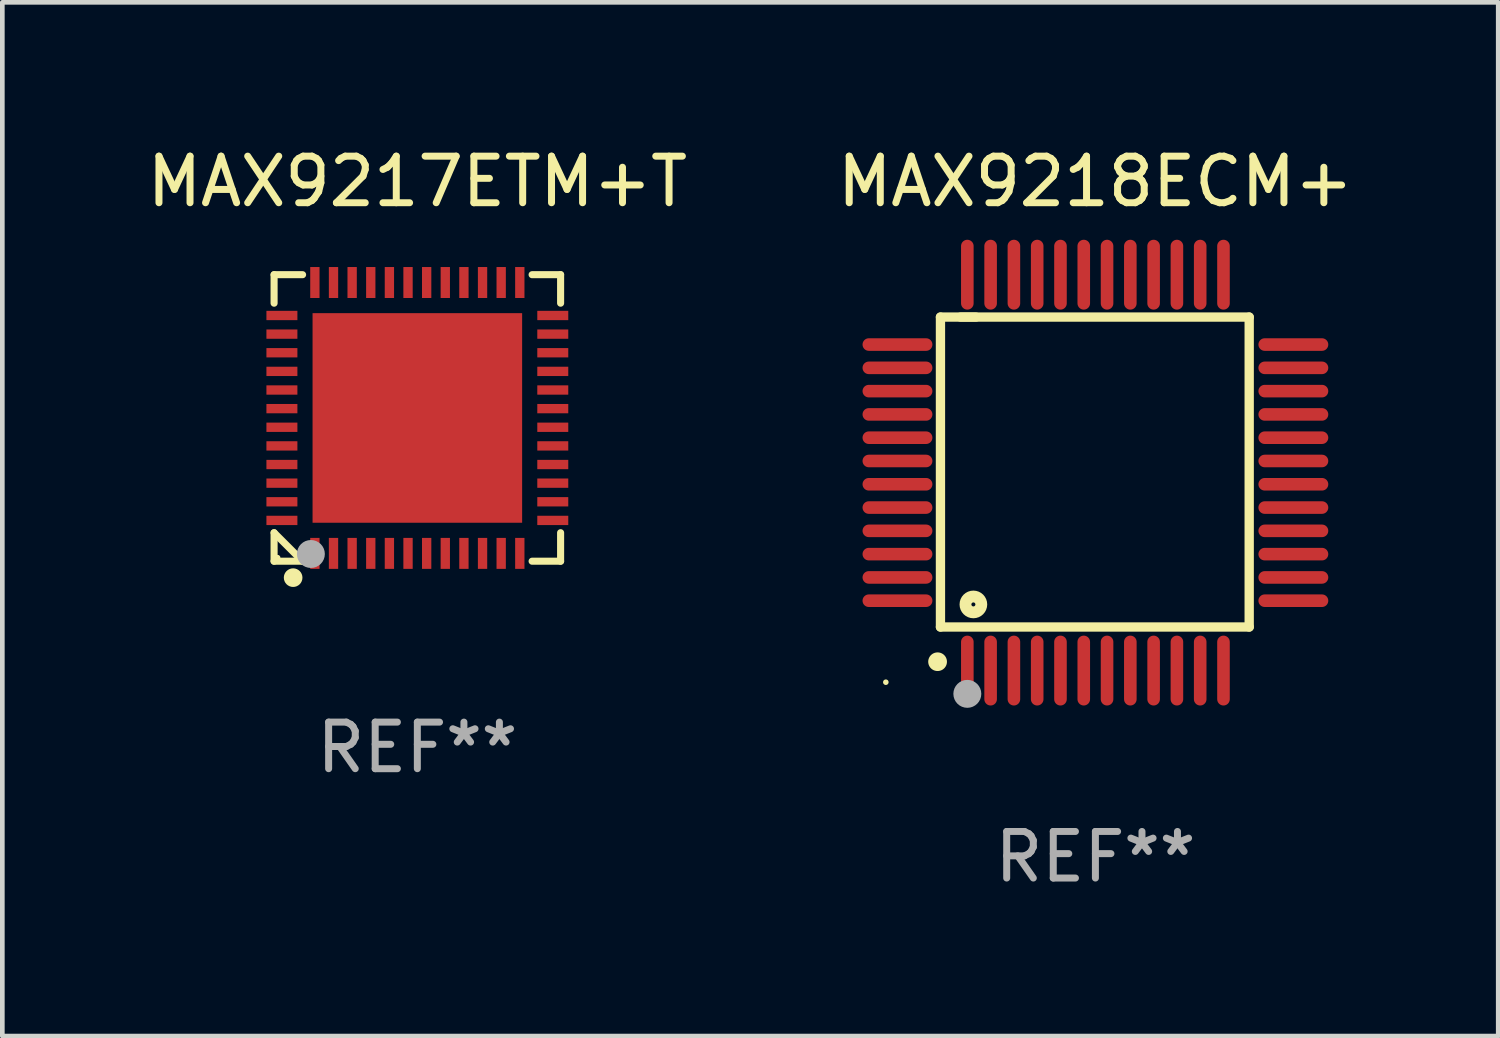
<source format=kicad_pcb>
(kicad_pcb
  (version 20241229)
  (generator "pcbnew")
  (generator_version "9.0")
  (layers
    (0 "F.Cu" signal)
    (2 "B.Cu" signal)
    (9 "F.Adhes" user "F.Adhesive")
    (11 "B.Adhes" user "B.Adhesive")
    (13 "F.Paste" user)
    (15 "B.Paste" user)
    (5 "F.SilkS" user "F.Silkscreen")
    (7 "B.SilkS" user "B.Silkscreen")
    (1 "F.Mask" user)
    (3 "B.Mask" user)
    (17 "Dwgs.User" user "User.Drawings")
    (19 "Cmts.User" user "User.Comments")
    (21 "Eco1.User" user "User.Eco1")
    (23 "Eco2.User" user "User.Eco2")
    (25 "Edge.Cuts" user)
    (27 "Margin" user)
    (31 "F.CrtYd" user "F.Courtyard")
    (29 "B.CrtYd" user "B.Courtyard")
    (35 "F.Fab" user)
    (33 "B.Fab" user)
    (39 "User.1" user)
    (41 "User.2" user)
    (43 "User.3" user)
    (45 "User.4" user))
  (footprint "MAX9217ETM+T"
    (layer "F.Cu")
    (at 5.911 5.924)
    (property "Reference" "MAX9217ETM+T" (at 0 -5.076 0) (layer "F.SilkS") (effects (font (size 1 1) (thickness 0.15))))
    (attr through_hole)
    (fp_line (start -3.076 -3.076) (end -3.076 -2.464) (stroke (width 0.152) (type solid)) (layer "F.SilkS"))
    (fp_line (start -3.076 3.076) (end -3.076 2.464) (stroke (width 0.152) (type solid)) (layer "F.SilkS"))
    (fp_line (start -2.464 -3.076) (end -3.076 -3.076) (stroke (width 0.152) (type solid)) (layer "F.SilkS"))
    (fp_line (start -2.464 3.076) (end -3.076 2.464) (stroke (width 0.152) (type solid)) (layer "F.SilkS"))
    (fp_line (start -2.464 3.076) (end -3.076 3.076) (stroke (width 0.152) (type solid)) (layer "F.SilkS"))
    (fp_line (start 2.464 -3.076) (end 3.076 -3.076) (stroke (width 0.152) (type solid)) (layer "F.SilkS"))
    (fp_line (start 2.464 3.076) (end 3.076 3.076) (stroke (width 0.152) (type solid)) (layer "F.SilkS"))
    (fp_line (start 3.076 -3.076) (end 3.076 -2.464) (stroke (width 0.152) (type solid)) (layer "F.SilkS"))
    (fp_line (start 3.076 3.076) (end 3.076 2.464) (stroke (width 0.152) (type solid)) (layer "F.SilkS"))
    (fp_circle (center -3 3) (end -2.97 3) (stroke (width 0.06) (type solid)) (fill no) (layer "F.SilkS"))
    (fp_circle (center -2.667 3.429) (end -2.567 3.429) (stroke (width 0.2) (type solid)) (fill no) (layer "F.SilkS"))
    (fp_circle (center -2.286 2.921) (end -2.136 2.921) (stroke (width 0.3) (type solid)) (fill no) (layer "F.Fab"))
    (fp_text user "REF**" (at 0 7.076 0) (layer "F.Fab") (effects (font (size 1 1) (thickness 0.15))))
    (pad "1" smd rect (at -2.2 2.908) (size 0.2 0.665) (layers "F.Cu" "F.Mask" "F.Paste"))
    (pad "2" smd rect (at -1.8 2.908) (size 0.2 0.665) (layers "F.Cu" "F.Mask" "F.Paste"))
    (pad "3" smd rect (at -1.4 2.908) (size 0.2 0.665) (layers "F.Cu" "F.Mask" "F.Paste"))
    (pad "4" smd rect (at -1 2.908) (size 0.2 0.665) (layers "F.Cu" "F.Mask" "F.Paste"))
    (pad "5" smd rect (at -0.6 2.908) (size 0.2 0.665) (layers "F.Cu" "F.Mask" "F.Paste"))
    (pad "6" smd rect (at -0.2 2.908) (size 0.2 0.665) (layers "F.Cu" "F.Mask" "F.Paste"))
    (pad "7" smd rect (at 0.2 2.908) (size 0.2 0.665) (layers "F.Cu" "F.Mask" "F.Paste"))
    (pad "8" smd rect (at 0.6 2.908) (size 0.2 0.665) (layers "F.Cu" "F.Mask" "F.Paste"))
    (pad "9" smd rect (at 1 2.908) (size 0.2 0.665) (layers "F.Cu" "F.Mask" "F.Paste"))
    (pad "10" smd rect (at 1.4 2.908) (size 0.2 0.665) (layers "F.Cu" "F.Mask" "F.Paste"))
    (pad "11" smd rect (at 1.8 2.908) (size 0.2 0.665) (layers "F.Cu" "F.Mask" "F.Paste"))
    (pad "12" smd rect (at 2.2 2.908) (size 0.2 0.665) (layers "F.Cu" "F.Mask" "F.Paste"))
    (pad "13" smd rect (at 2.908 2.2) (size 0.665 0.2) (layers "F.Cu" "F.Mask" "F.Paste"))
    (pad "14" smd rect (at 2.908 1.8) (size 0.665 0.2) (layers "F.Cu" "F.Mask" "F.Paste"))
    (pad "15" smd rect (at 2.908 1.4) (size 0.665 0.2) (layers "F.Cu" "F.Mask" "F.Paste"))
    (pad "16" smd rect (at 2.908 1) (size 0.665 0.2) (layers "F.Cu" "F.Mask" "F.Paste"))
    (pad "17" smd rect (at 2.908 0.6) (size 0.665 0.2) (layers "F.Cu" "F.Mask" "F.Paste"))
    (pad "18" smd rect (at 2.908 0.2) (size 0.665 0.2) (layers "F.Cu" "F.Mask" "F.Paste"))
    (pad "19" smd rect (at 2.908 -0.2) (size 0.665 0.2) (layers "F.Cu" "F.Mask" "F.Paste"))
    (pad "20" smd rect (at 2.908 -0.6) (size 0.665 0.2) (layers "F.Cu" "F.Mask" "F.Paste"))
    (pad "21" smd rect (at 2.908 -1) (size 0.665 0.2) (layers "F.Cu" "F.Mask" "F.Paste"))
    (pad "22" smd rect (at 2.908 -1.4) (size 0.665 0.2) (layers "F.Cu" "F.Mask" "F.Paste"))
    (pad "23" smd rect (at 2.908 -1.8) (size 0.665 0.2) (layers "F.Cu" "F.Mask" "F.Paste"))
    (pad "24" smd rect (at 2.908 -2.2) (size 0.665 0.2) (layers "F.Cu" "F.Mask" "F.Paste"))
    (pad "25" smd rect (at 2.2 -2.908) (size 0.2 0.665) (layers "F.Cu" "F.Mask" "F.Paste"))
    (pad "26" smd rect (at 1.8 -2.908) (size 0.2 0.665) (layers "F.Cu" "F.Mask" "F.Paste"))
    (pad "27" smd rect (at 1.4 -2.908) (size 0.2 0.665) (layers "F.Cu" "F.Mask" "F.Paste"))
    (pad "28" smd rect (at 1 -2.908) (size 0.2 0.665) (layers "F.Cu" "F.Mask" "F.Paste"))
    (pad "29" smd rect (at 0.6 -2.908) (size 0.2 0.665) (layers "F.Cu" "F.Mask" "F.Paste"))
    (pad "30" smd rect (at 0.2 -2.908) (size 0.2 0.665) (layers "F.Cu" "F.Mask" "F.Paste"))
    (pad "31" smd rect (at -0.2 -2.908) (size 0.2 0.665) (layers "F.Cu" "F.Mask" "F.Paste"))
    (pad "32" smd rect (at -0.6 -2.908) (size 0.2 0.665) (layers "F.Cu" "F.Mask" "F.Paste"))
    (pad "33" smd rect (at -1 -2.908) (size 0.2 0.665) (layers "F.Cu" "F.Mask" "F.Paste"))
    (pad "34" smd rect (at -1.4 -2.908) (size 0.2 0.665) (layers "F.Cu" "F.Mask" "F.Paste"))
    (pad "35" smd rect (at -1.8 -2.908) (size 0.2 0.665) (layers "F.Cu" "F.Mask" "F.Paste"))
    (pad "36" smd rect (at -2.2 -2.908) (size 0.2 0.665) (layers "F.Cu" "F.Mask" "F.Paste"))
    (pad "37" smd rect (at -2.908 -2.2) (size 0.665 0.2) (layers "F.Cu" "F.Mask" "F.Paste"))
    (pad "38" smd rect (at -2.908 -1.8) (size 0.665 0.2) (layers "F.Cu" "F.Mask" "F.Paste"))
    (pad "39" smd rect (at -2.908 -1.4) (size 0.665 0.2) (layers "F.Cu" "F.Mask" "F.Paste"))
    (pad "40" smd rect (at -2.908 -1) (size 0.665 0.2) (layers "F.Cu" "F.Mask" "F.Paste"))
    (pad "41" smd rect (at -2.908 -0.6) (size 0.665 0.2) (layers "F.Cu" "F.Mask" "F.Paste"))
    (pad "42" smd rect (at -2.908 -0.2) (size 0.665 0.2) (layers "F.Cu" "F.Mask" "F.Paste"))
    (pad "43" smd rect (at -2.908 0.2) (size 0.665 0.2) (layers "F.Cu" "F.Mask" "F.Paste"))
    (pad "44" smd rect (at -2.908 0.6) (size 0.665 0.2) (layers "F.Cu" "F.Mask" "F.Paste"))
    (pad "45" smd rect (at -2.908 1) (size 0.665 0.2) (layers "F.Cu" "F.Mask" "F.Paste"))
    (pad "46" smd rect (at -2.908 1.4) (size 0.665 0.2) (layers "F.Cu" "F.Mask" "F.Paste"))
    (pad "47" smd rect (at -2.908 1.8) (size 0.665 0.2) (layers "F.Cu" "F.Mask" "F.Paste"))
    (pad "48" smd rect (at -2.908 2.2) (size 0.665 0.2) (layers "F.Cu" "F.Mask" "F.Paste"))
    (pad "49" smd rect (at 0 0) (size 4.5 4.5) (layers "F.Cu" "F.Mask" "F.Paste")))
  (footprint "MAX9218ECM+"
    (layer "F.Cu")
    (at 20.47 7.098)
    (property "Reference" "MAX9218ECM+" (at 0 -6.25 0) (layer "F.SilkS") (effects (font (size 1 1) (thickness 0.15))))
    (attr through_hole)
    (fp_line (start -3.327 -3.34) (end -2.565 -3.34) (stroke (width 0.2) (type solid)) (layer "F.SilkS"))
    (fp_line (start -3.327 3.315) (end -3.327 -3.34) (stroke (width 0.2) (type solid)) (layer "F.SilkS"))
    (fp_line (start -2.896 -3.34) (end 3.302 -3.34) (stroke (width 0.2) (type solid)) (layer "F.SilkS"))
    (fp_line (start 3.302 -3.34) (end 3.302 3.315) (stroke (width 0.2) (type solid)) (layer "F.SilkS"))
    (fp_line (start 3.302 3.315) (end -3.327 3.315) (stroke (width 0.2) (type solid)) (layer "F.SilkS"))
    (fp_arc (start -3.389992 4.059995) (mid -3.388722 4.059991) (end -3.387452 4.059995) (stroke (width 0.4) (type solid)) (layer "F.SilkS"))
    (fp_circle (center -4.5 4.5) (end -4.47 4.5) (stroke (width 0.06) (type solid)) (fill no) (layer "F.SilkS"))
    (fp_circle (center -2.62 2.83) (end -2.45 2.83) (stroke (width 0.254) (type solid)) (fill no) (layer "F.SilkS"))
    (fp_circle (center -2.75 4.75) (end -2.6 4.75) (stroke (width 0.3) (type solid)) (fill no) (layer "F.Fab"))
    (fp_text user "REF**" (at 0 8.25 0) (layer "F.Fab") (effects (font (size 1 1) (thickness 0.15))))
    (pad "1" smd oval (at -2.75 4.25) (size 0.27 1.5) (layers "F.Cu" "F.Mask" "F.Paste"))
    (pad "2" smd oval (at -2.25 4.25) (size 0.27 1.5) (layers "F.Cu" "F.Mask" "F.Paste"))
    (pad "3" smd oval (at -1.75 4.25) (size 0.27 1.5) (layers "F.Cu" "F.Mask" "F.Paste"))
    (pad "4" smd oval (at -1.25 4.25) (size 0.27 1.5) (layers "F.Cu" "F.Mask" "F.Paste"))
    (pad "5" smd oval (at -0.75 4.25) (size 0.27 1.5) (layers "F.Cu" "F.Mask" "F.Paste"))
    (pad "6" smd oval (at -0.25 4.25) (size 0.27 1.5) (layers "F.Cu" "F.Mask" "F.Paste"))
    (pad "7" smd oval (at 0.25 4.25) (size 0.27 1.5) (layers "F.Cu" "F.Mask" "F.Paste"))
    (pad "8" smd oval (at 0.75 4.25) (size 0.27 1.5) (layers "F.Cu" "F.Mask" "F.Paste"))
    (pad "9" smd oval (at 1.25 4.25) (size 0.27 1.5) (layers "F.Cu" "F.Mask" "F.Paste"))
    (pad "10" smd oval (at 1.75 4.25) (size 0.27 1.5) (layers "F.Cu" "F.Mask" "F.Paste"))
    (pad "11" smd oval (at 2.25 4.25) (size 0.27 1.5) (layers "F.Cu" "F.Mask" "F.Paste"))
    (pad "12" smd oval (at 2.75 4.25) (size 0.27 1.5) (layers "F.Cu" "F.Mask" "F.Paste"))
    (pad "13" smd oval (at 4.25 2.75) (size 1.5 0.27) (layers "F.Cu" "F.Mask" "F.Paste"))
    (pad "14" smd oval (at 4.25 2.25) (size 1.5 0.27) (layers "F.Cu" "F.Mask" "F.Paste"))
    (pad "15" smd oval (at 4.25 1.75) (size 1.5 0.27) (layers "F.Cu" "F.Mask" "F.Paste"))
    (pad "16" smd oval (at 4.25 1.25) (size 1.5 0.27) (layers "F.Cu" "F.Mask" "F.Paste"))
    (pad "17" smd oval (at 4.25 0.75) (size 1.5 0.27) (layers "F.Cu" "F.Mask" "F.Paste"))
    (pad "18" smd oval (at 4.25 0.25) (size 1.5 0.27) (layers "F.Cu" "F.Mask" "F.Paste"))
    (pad "19" smd oval (at 4.25 -0.25) (size 1.5 0.27) (layers "F.Cu" "F.Mask" "F.Paste"))
    (pad "20" smd oval (at 4.25 -0.75) (size 1.5 0.27) (layers "F.Cu" "F.Mask" "F.Paste"))
    (pad "21" smd oval (at 4.25 -1.25) (size 1.5 0.27) (layers "F.Cu" "F.Mask" "F.Paste"))
    (pad "22" smd oval (at 4.25 -1.75) (size 1.5 0.27) (layers "F.Cu" "F.Mask" "F.Paste"))
    (pad "23" smd oval (at 4.25 -2.25) (size 1.5 0.27) (layers "F.Cu" "F.Mask" "F.Paste"))
    (pad "24" smd oval (at 4.25 -2.75) (size 1.5 0.27) (layers "F.Cu" "F.Mask" "F.Paste"))
    (pad "25" smd oval (at 2.75 -4.25) (size 0.27 1.5) (layers "F.Cu" "F.Mask" "F.Paste"))
    (pad "26" smd oval (at 2.25 -4.25) (size 0.27 1.5) (layers "F.Cu" "F.Mask" "F.Paste"))
    (pad "27" smd oval (at 1.75 -4.25) (size 0.27 1.5) (layers "F.Cu" "F.Mask" "F.Paste"))
    (pad "28" smd oval (at 1.25 -4.25) (size 0.27 1.5) (layers "F.Cu" "F.Mask" "F.Paste"))
    (pad "29" smd oval (at 0.75 -4.25) (size 0.27 1.5) (layers "F.Cu" "F.Mask" "F.Paste"))
    (pad "30" smd oval (at 0.25 -4.25) (size 0.27 1.5) (layers "F.Cu" "F.Mask" "F.Paste"))
    (pad "31" smd oval (at -0.25 -4.25) (size 0.27 1.5) (layers "F.Cu" "F.Mask" "F.Paste"))
    (pad "32" smd oval (at -0.75 -4.25) (size 0.27 1.5) (layers "F.Cu" "F.Mask" "F.Paste"))
    (pad "33" smd oval (at -1.25 -4.25) (size 0.27 1.5) (layers "F.Cu" "F.Mask" "F.Paste"))
    (pad "34" smd oval (at -1.75 -4.25) (size 0.27 1.5) (layers "F.Cu" "F.Mask" "F.Paste"))
    (pad "35" smd oval (at -2.25 -4.25) (size 0.27 1.5) (layers "F.Cu" "F.Mask" "F.Paste"))
    (pad "36" smd oval (at -2.75 -4.25) (size 0.27 1.5) (layers "F.Cu" "F.Mask" "F.Paste"))
    (pad "37" smd oval (at -4.25 -2.75) (size 1.5 0.27) (layers "F.Cu" "F.Mask" "F.Paste"))
    (pad "38" smd oval (at -4.25 -2.25) (size 1.5 0.27) (layers "F.Cu" "F.Mask" "F.Paste"))
    (pad "39" smd oval (at -4.25 -1.75) (size 1.5 0.27) (layers "F.Cu" "F.Mask" "F.Paste"))
    (pad "40" smd oval (at -4.25 -1.25) (size 1.5 0.27) (layers "F.Cu" "F.Mask" "F.Paste"))
    (pad "41" smd oval (at -4.25 -0.75) (size 1.5 0.27) (layers "F.Cu" "F.Mask" "F.Paste"))
    (pad "42" smd oval (at -4.25 -0.25) (size 1.5 0.27) (layers "F.Cu" "F.Mask" "F.Paste"))
    (pad "43" smd oval (at -4.25 0.25) (size 1.5 0.27) (layers "F.Cu" "F.Mask" "F.Paste"))
    (pad "44" smd oval (at -4.25 0.75) (size 1.5 0.27) (layers "F.Cu" "F.Mask" "F.Paste"))
    (pad "45" smd oval (at -4.25 1.25) (size 1.5 0.27) (layers "F.Cu" "F.Mask" "F.Paste"))
    (pad "46" smd oval (at -4.25 1.75) (size 1.5 0.27) (layers "F.Cu" "F.Mask" "F.Paste"))
    (pad "47" smd oval (at -4.25 2.25) (size 1.5 0.27) (layers "F.Cu" "F.Mask" "F.Paste"))
    (pad "48" smd oval (at -4.25 2.75) (size 1.5 0.27) (layers "F.Cu" "F.Mask" "F.Paste")))
  (gr_rect
    (start -3 -3)
    (end 29.119 19.196)
    (stroke (width 0.1) (type default))
    (fill no)
    (layer "Edge.Cuts")))
</source>
